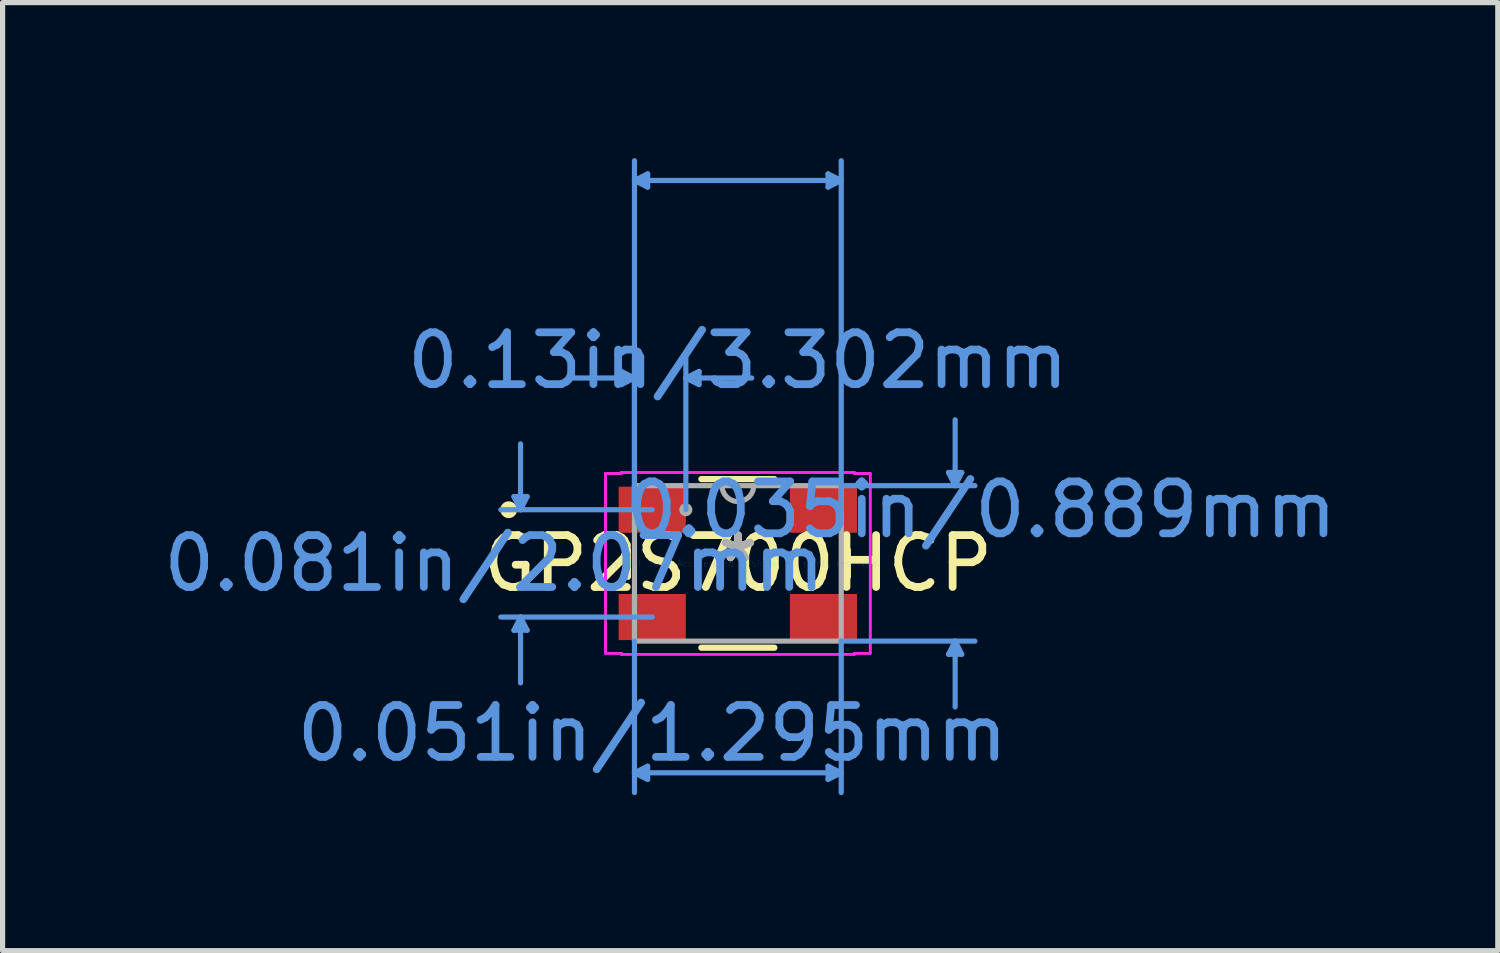
<source format=kicad_pcb>
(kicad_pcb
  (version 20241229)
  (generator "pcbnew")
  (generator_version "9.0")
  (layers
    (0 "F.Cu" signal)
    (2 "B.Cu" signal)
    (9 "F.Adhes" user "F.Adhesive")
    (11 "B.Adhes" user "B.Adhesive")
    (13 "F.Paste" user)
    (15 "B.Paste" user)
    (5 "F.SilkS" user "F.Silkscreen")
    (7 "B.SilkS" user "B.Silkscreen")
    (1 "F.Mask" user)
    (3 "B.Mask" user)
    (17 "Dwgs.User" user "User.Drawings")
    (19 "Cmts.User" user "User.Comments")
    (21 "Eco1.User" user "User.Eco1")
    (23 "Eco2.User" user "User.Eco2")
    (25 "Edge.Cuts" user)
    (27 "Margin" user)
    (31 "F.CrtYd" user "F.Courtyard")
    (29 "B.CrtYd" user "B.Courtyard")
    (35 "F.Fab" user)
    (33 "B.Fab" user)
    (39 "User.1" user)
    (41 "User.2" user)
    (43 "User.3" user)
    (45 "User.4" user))
  (footprint "GP2S700HCP"
    (layer "F.Cu")
    (at 11.181 7.816)
    (property "Reference" "GP2S700HCP" (at 0 0 0) (layer "F.SilkS") (effects (font (size 1 1) (thickness 0.15))))
    (attr through_hole)
    (fp_line (start -2.121 -0.258) (end -2.121 0.258) (stroke (width 0.12) (type solid)) (layer "F.SilkS"))
    (fp_line (start -0.704 1.626) (end 0.704 1.626) (stroke (width 0.12) (type solid)) (layer "F.SilkS"))
    (fp_line (start 0.704 -1.626) (end -0.704 -1.626) (stroke (width 0.12) (type solid)) (layer "F.SilkS"))
    (fp_line (start 2.121 0.258) (end 2.121 -0.258) (stroke (width 0.12) (type solid)) (layer "F.SilkS"))
    (fp_circle (center -4.42 -1.035) (end -4.318 -1.035) (stroke (width 0.12) (type solid)) (fill no) (layer "F.SilkS"))
    (fp_line (start -4.318 -1.289) (end -4.064 -1.289) (stroke (width 0.1) (type solid)) (layer "Cmts.User"))
    (fp_line (start -4.318 1.289) (end -4.064 1.289) (stroke (width 0.1) (type solid)) (layer "Cmts.User"))
    (fp_line (start -4.191 -1.035) (end -4.318 -1.289) (stroke (width 0.1) (type solid)) (layer "Cmts.User"))
    (fp_line (start -4.191 -1.035) (end -4.191 -2.305) (stroke (width 0.1) (type solid)) (layer "Cmts.User"))
    (fp_line (start -4.191 -1.035) (end -4.064 -1.289) (stroke (width 0.1) (type solid)) (layer "Cmts.User"))
    (fp_line (start -4.191 1.035) (end -4.318 1.289) (stroke (width 0.1) (type solid)) (layer "Cmts.User"))
    (fp_line (start -4.191 1.035) (end -4.191 2.305) (stroke (width 0.1) (type solid)) (layer "Cmts.User"))
    (fp_line (start -4.191 1.035) (end -4.064 1.289) (stroke (width 0.1) (type solid)) (layer "Cmts.User"))
    (fp_line (start -2.248 -3.702) (end -2.248 -3.448) (stroke (width 0.1) (type solid)) (layer "Cmts.User"))
    (fp_line (start -1.994 -7.385) (end -1.74 -7.512) (stroke (width 0.1) (type solid)) (layer "Cmts.User"))
    (fp_line (start -1.994 -7.385) (end -1.74 -7.258) (stroke (width 0.1) (type solid)) (layer "Cmts.User"))
    (fp_line (start -1.994 -7.385) (end 1.994 -7.385) (stroke (width 0.1) (type solid)) (layer "Cmts.User"))
    (fp_line (start -1.994 -3.575) (end -3.264 -3.575) (stroke (width 0.1) (type solid)) (layer "Cmts.User"))
    (fp_line (start -1.994 -3.575) (end -2.248 -3.702) (stroke (width 0.1) (type solid)) (layer "Cmts.User"))
    (fp_line (start -1.994 -3.575) (end -2.248 -3.448) (stroke (width 0.1) (type solid)) (layer "Cmts.User"))
    (fp_line (start -1.994 -1.035) (end -1.994 -7.766) (stroke (width 0.1) (type solid)) (layer "Cmts.User"))
    (fp_line (start -1.994 -1.035) (end -1.994 -3.956) (stroke (width 0.1) (type solid)) (layer "Cmts.User"))
    (fp_line (start -1.994 1.499) (end -1.994 4.42) (stroke (width 0.1) (type solid)) (layer "Cmts.User"))
    (fp_line (start -1.994 4.039) (end -1.74 3.912) (stroke (width 0.1) (type solid)) (layer "Cmts.User"))
    (fp_line (start -1.994 4.039) (end -1.74 4.166) (stroke (width 0.1) (type solid)) (layer "Cmts.User"))
    (fp_line (start -1.994 4.039) (end 1.994 4.039) (stroke (width 0.1) (type solid)) (layer "Cmts.User"))
    (fp_line (start -1.74 -7.512) (end -1.74 -7.258) (stroke (width 0.1) (type solid)) (layer "Cmts.User"))
    (fp_line (start -1.74 3.912) (end -1.74 4.166) (stroke (width 0.1) (type solid)) (layer "Cmts.User"))
    (fp_line (start -1.651 -1.035) (end -4.572 -1.035) (stroke (width 0.1) (type solid)) (layer "Cmts.User"))
    (fp_line (start -1.651 1.035) (end -4.572 1.035) (stroke (width 0.1) (type solid)) (layer "Cmts.User"))
    (fp_line (start -1.003 -3.575) (end -0.749 -3.702) (stroke (width 0.1) (type solid)) (layer "Cmts.User"))
    (fp_line (start -1.003 -3.575) (end -0.749 -3.448) (stroke (width 0.1) (type solid)) (layer "Cmts.User"))
    (fp_line (start -1.003 -3.575) (end 0.267 -3.575) (stroke (width 0.1) (type solid)) (layer "Cmts.User"))
    (fp_line (start -1.003 -1.035) (end -1.003 -3.956) (stroke (width 0.1) (type solid)) (layer "Cmts.User"))
    (fp_line (start -0.749 -3.702) (end -0.749 -3.448) (stroke (width 0.1) (type solid)) (layer "Cmts.User"))
    (fp_line (start 1.74 -7.512) (end 1.74 -7.258) (stroke (width 0.1) (type solid)) (layer "Cmts.User"))
    (fp_line (start 1.74 3.912) (end 1.74 4.166) (stroke (width 0.1) (type solid)) (layer "Cmts.User"))
    (fp_line (start 1.994 -7.385) (end 1.74 -7.512) (stroke (width 0.1) (type solid)) (layer "Cmts.User"))
    (fp_line (start 1.994 -7.385) (end 1.74 -7.258) (stroke (width 0.1) (type solid)) (layer "Cmts.User"))
    (fp_line (start 1.994 -1.499) (end 4.572 -1.499) (stroke (width 0.1) (type solid)) (layer "Cmts.User"))
    (fp_line (start 1.994 -1.035) (end 1.994 -7.766) (stroke (width 0.1) (type solid)) (layer "Cmts.User"))
    (fp_line (start 1.994 1.499) (end 1.994 4.42) (stroke (width 0.1) (type solid)) (layer "Cmts.User"))
    (fp_line (start 1.994 1.499) (end 4.572 1.499) (stroke (width 0.1) (type solid)) (layer "Cmts.User"))
    (fp_line (start 1.994 4.039) (end 1.74 3.912) (stroke (width 0.1) (type solid)) (layer "Cmts.User"))
    (fp_line (start 1.994 4.039) (end 1.74 4.166) (stroke (width 0.1) (type solid)) (layer "Cmts.User"))
    (fp_line (start 4.064 -1.753) (end 4.318 -1.753) (stroke (width 0.1) (type solid)) (layer "Cmts.User"))
    (fp_line (start 4.064 1.753) (end 4.318 1.753) (stroke (width 0.1) (type solid)) (layer "Cmts.User"))
    (fp_line (start 4.191 -1.499) (end 4.064 -1.753) (stroke (width 0.1) (type solid)) (layer "Cmts.User"))
    (fp_line (start 4.191 -1.499) (end 4.191 -2.769) (stroke (width 0.1) (type solid)) (layer "Cmts.User"))
    (fp_line (start 4.191 -1.499) (end 4.318 -1.753) (stroke (width 0.1) (type solid)) (layer "Cmts.User"))
    (fp_line (start 4.191 1.499) (end 4.064 1.753) (stroke (width 0.1) (type solid)) (layer "Cmts.User"))
    (fp_line (start 4.191 1.499) (end 4.191 2.769) (stroke (width 0.1) (type solid)) (layer "Cmts.User"))
    (fp_line (start 4.191 1.499) (end 4.318 1.753) (stroke (width 0.1) (type solid)) (layer "Cmts.User"))
    (fp_line (start -2.553 -1.734) (end -2.248 -1.734) (stroke (width 0.05) (type solid)) (layer "F.CrtYd"))
    (fp_line (start -2.553 -1.734) (end -2.248 -1.734) (stroke (width 0.05) (type solid)) (layer "F.CrtYd"))
    (fp_line (start -2.553 1.734) (end -2.553 -1.734) (stroke (width 0.05) (type solid)) (layer "F.CrtYd"))
    (fp_line (start -2.553 1.734) (end -2.553 -1.734) (stroke (width 0.05) (type solid)) (layer "F.CrtYd"))
    (fp_line (start -2.553 1.734) (end -2.248 1.734) (stroke (width 0.05) (type solid)) (layer "F.CrtYd"))
    (fp_line (start -2.248 -1.753) (end 2.248 -1.753) (stroke (width 0.05) (type solid)) (layer "F.CrtYd"))
    (fp_line (start -2.248 -1.753) (end 2.248 -1.753) (stroke (width 0.05) (type solid)) (layer "F.CrtYd"))
    (fp_line (start -2.248 -1.734) (end -2.248 -1.753) (stroke (width 0.05) (type solid)) (layer "F.CrtYd"))
    (fp_line (start -2.248 -1.734) (end -2.248 -1.753) (stroke (width 0.05) (type solid)) (layer "F.CrtYd"))
    (fp_line (start -2.248 1.734) (end -2.553 1.734) (stroke (width 0.05) (type solid)) (layer "F.CrtYd"))
    (fp_line (start -2.248 1.753) (end -2.248 1.734) (stroke (width 0.05) (type solid)) (layer "F.CrtYd"))
    (fp_line (start -2.248 1.753) (end -2.248 1.734) (stroke (width 0.05) (type solid)) (layer "F.CrtYd"))
    (fp_line (start 2.248 -1.753) (end 2.248 -1.734) (stroke (width 0.05) (type solid)) (layer "F.CrtYd"))
    (fp_line (start 2.248 -1.753) (end 2.248 -1.734) (stroke (width 0.05) (type solid)) (layer "F.CrtYd"))
    (fp_line (start 2.248 -1.734) (end 2.553 -1.734) (stroke (width 0.05) (type solid)) (layer "F.CrtYd"))
    (fp_line (start 2.248 1.734) (end 2.248 1.753) (stroke (width 0.05) (type solid)) (layer "F.CrtYd"))
    (fp_line (start 2.248 1.734) (end 2.248 1.753) (stroke (width 0.05) (type solid)) (layer "F.CrtYd"))
    (fp_line (start 2.248 1.753) (end -2.248 1.753) (stroke (width 0.05) (type solid)) (layer "F.CrtYd"))
    (fp_line (start 2.248 1.753) (end -2.248 1.753) (stroke (width 0.05) (type solid)) (layer "F.CrtYd"))
    (fp_line (start 2.553 -1.734) (end 2.248 -1.734) (stroke (width 0.05) (type solid)) (layer "F.CrtYd"))
    (fp_line (start 2.553 -1.734) (end 2.553 1.734) (stroke (width 0.05) (type solid)) (layer "F.CrtYd"))
    (fp_line (start 2.553 -1.734) (end 2.553 1.734) (stroke (width 0.05) (type solid)) (layer "F.CrtYd"))
    (fp_line (start 2.553 1.734) (end 2.248 1.734) (stroke (width 0.05) (type solid)) (layer "F.CrtYd"))
    (fp_line (start 2.553 1.734) (end 2.248 1.734) (stroke (width 0.05) (type solid)) (layer "F.CrtYd"))
    (fp_line (start -1.994 -1.499) (end -1.994 1.499) (stroke (width 0.1) (type solid)) (layer "F.Fab"))
    (fp_line (start -1.994 1.499) (end 1.994 1.499) (stroke (width 0.1) (type solid)) (layer "F.Fab"))
    (fp_line (start 1.994 -1.499) (end -1.994 -1.499) (stroke (width 0.1) (type solid)) (layer "F.Fab"))
    (fp_line (start 1.994 1.499) (end 1.994 -1.499) (stroke (width 0.1) (type solid)) (layer "F.Fab"))
    (fp_arc (start 0.3048 -1.4986) (mid 0 -1.1938) (end -0.3048 -1.4986) (stroke (width 0.1) (type solid)) (layer "F.Fab"))
    (fp_circle (center -1.003 -1.035) (end -0.927 -1.035) (stroke (width 0.1) (type solid)) (fill no) (layer "F.Fab"))
    (fp_text user "*" (at 0 0 0) (layer "F.SilkS") (effects (font (size 1 1) (thickness 0.15))))
    (fp_text user "0.081in/2.07mm" (at -4.699 0 0) (layer "Cmts.User") (effects (font (size 1 1) (thickness 0.15))))
    (fp_text user "0.13in/3.302mm" (at 0 -3.912 0) (layer "Cmts.User") (effects (font (size 1 1) (thickness 0.15))))
    (fp_text user "Copyright 2021 Accelerated Designs. All rights reserved." (at 0 0 0) (layer "Cmts.User") (effects (font (size 0.127 0.127) (thickness 0.002))))
    (fp_text user "0.051in/1.295mm" (at -1.651 3.277 0) (layer "Cmts.User") (effects (font (size 1 1) (thickness 0.15))))
    (fp_text user "0.035in/0.889mm" (at 4.699 -1.035 0) (layer "Cmts.User") (effects (font (size 1 1) (thickness 0.15))))
    (fp_text user "*" (at 0 0 0) (layer "F.Fab") (effects (font (size 1 1) (thickness 0.15))))
    (pad "1" smd rect (at -1.651 -1.035) (size 1.295 0.889) (layers "F.Cu" "F.Mask" "F.Paste"))
    (pad "2" smd rect (at -1.651 1.035) (size 1.295 0.889) (layers "F.Cu" "F.Mask" "F.Paste"))
    (pad "3" smd rect (at 1.651 1.035) (size 1.295 0.889) (layers "F.Cu" "F.Mask" "F.Paste"))
    (pad "4" smd rect (at 1.651 -1.035) (size 1.295 0.889) (layers "F.Cu" "F.Mask" "F.Paste")))
  (gr_rect
    (start -3 -3)
    (end 25.838 15.286)
    (stroke (width 0.1) (type default))
    (fill no)
    (layer "Edge.Cuts")))
</source>
